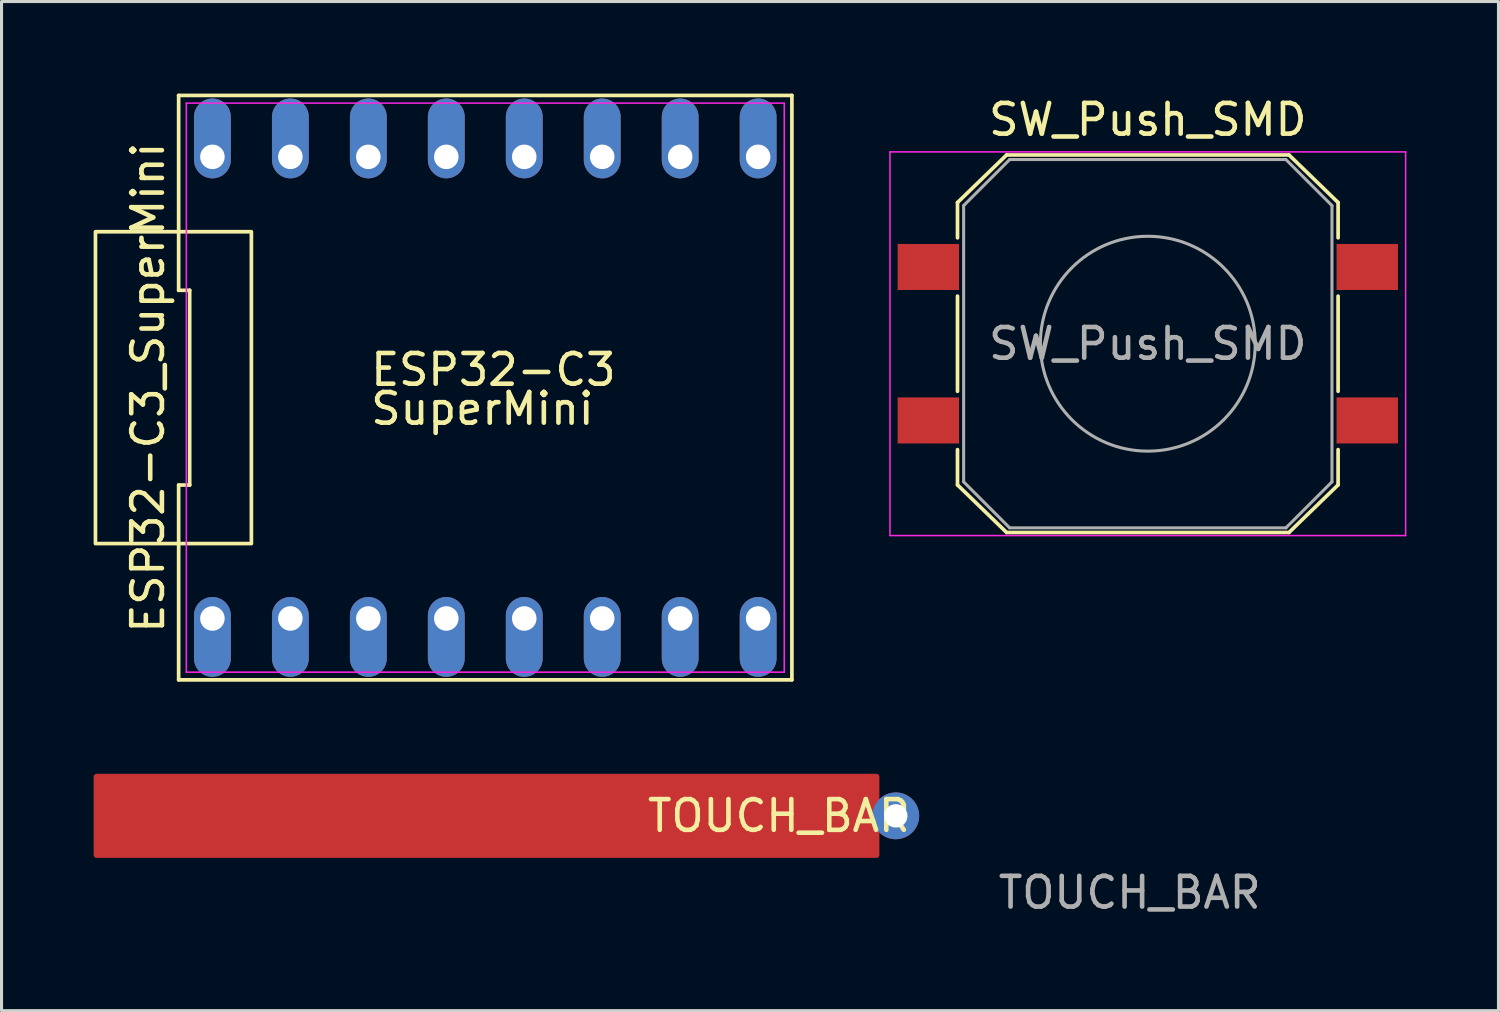
<source format=kicad_pcb>
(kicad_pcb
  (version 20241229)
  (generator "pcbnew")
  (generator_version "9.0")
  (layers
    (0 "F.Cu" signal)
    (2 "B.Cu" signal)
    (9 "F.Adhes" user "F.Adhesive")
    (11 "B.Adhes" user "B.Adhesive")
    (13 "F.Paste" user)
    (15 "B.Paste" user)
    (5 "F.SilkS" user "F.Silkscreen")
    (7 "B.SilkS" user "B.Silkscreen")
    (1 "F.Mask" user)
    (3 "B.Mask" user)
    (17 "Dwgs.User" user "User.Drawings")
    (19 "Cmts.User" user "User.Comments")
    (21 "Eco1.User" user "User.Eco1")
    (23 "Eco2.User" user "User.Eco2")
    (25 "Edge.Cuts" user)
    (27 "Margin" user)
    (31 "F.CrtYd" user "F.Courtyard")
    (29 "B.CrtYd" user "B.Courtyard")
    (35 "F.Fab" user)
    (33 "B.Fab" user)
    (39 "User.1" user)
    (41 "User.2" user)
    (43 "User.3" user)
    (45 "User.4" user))
  (footprint "ESP32-C3_SuperMini"
    (layer "F.Cu")
    (at 12.76 9.58)
    (property "Reference" "ESP32-C3_SuperMini" (at -10.99 0 90) (unlocked yes) (layer "F.SilkS") (effects (font (size 1 1) (thickness 0.15))))
    (attr through_hole)
    (fp_line (start -9.99 -9.52) (end -9.99 -3.173) (stroke (width 0.12) (type default)) (layer "F.SilkS"))
    (fp_line (start -9.99 -3.173) (end -9.63 -3.173) (stroke (width 0.12) (type default)) (layer "F.SilkS"))
    (fp_line (start -9.99 3.173) (end -9.99 9.52) (stroke (width 0.12) (type default)) (layer "F.SilkS"))
    (fp_line (start -9.99 9.52) (end 9.99 9.52) (stroke (width 0.12) (type default)) (layer "F.SilkS"))
    (fp_line (start -9.63 -3.173) (end -9.63 3.173) (stroke (width 0.12) (type default)) (layer "F.SilkS"))
    (fp_line (start -9.63 3.173) (end -9.99 3.173) (stroke (width 0.12) (type default)) (layer "F.SilkS"))
    (fp_line (start 9.99 -9.52) (end -9.99 -9.52) (stroke (width 0.12) (type default)) (layer "F.SilkS"))
    (fp_line (start 9.99 9.52) (end 9.99 -9.52) (stroke (width 0.12) (type default)) (layer "F.SilkS"))
    (fp_rect (start -12.7 -5.08) (end -7.62 5.08) (stroke (width 0.12) (type default)) (fill no) (layer "F.SilkS"))
    (fp_line (start -9.74 -9.27) (end 9.74 -9.27) (stroke (width 0.05) (type default)) (layer "F.CrtYd"))
    (fp_line (start -9.74 9.27) (end -9.74 -9.27) (stroke (width 0.05) (type default)) (layer "F.CrtYd"))
    (fp_line (start 9.74 -9.27) (end 9.74 9.27) (stroke (width 0.05) (type default)) (layer "F.CrtYd"))
    (fp_line (start 9.74 9.27) (end -9.74 9.27) (stroke (width 0.05) (type default)) (layer "F.CrtYd"))
    (fp_text user "ESP32-C3" (at -3.81 0 0) (unlocked yes) (layer "F.SilkS") (effects (font (size 1 1) (thickness 0.15)) (justify left bottom)))
    (fp_text user "SuperMini" (at -3.81 1.27 0) (unlocked yes) (layer "F.SilkS") (effects (font (size 1 1) (thickness 0.15)) (justify left bottom)))
    (pad "1" thru_hole oval (at -8.89 -7.52) (size 1.2 2.6) (drill 0.8 (offset 0 -0.6)) (layers "*.Cu" "*.Mask"))
    (pad "2" thru_hole oval (at -6.35 -7.52) (size 1.2 2.6) (drill 0.8 (offset 0 -0.6)) (layers "*.Cu" "*.Mask"))
    (pad "3" thru_hole oval (at -3.81 -7.52) (size 1.2 2.6) (drill 0.8 (offset 0 -0.6)) (layers "*.Cu" "*.Mask"))
    (pad "4" thru_hole oval (at -1.27 -7.52) (size 1.2 2.6) (drill 0.8 (offset 0 -0.6)) (layers "*.Cu" "*.Mask"))
    (pad "5" thru_hole oval (at 1.27 -7.52) (size 1.2 2.6) (drill 0.8 (offset 0 -0.6)) (layers "*.Cu" "*.Mask"))
    (pad "6" thru_hole oval (at 3.81 -7.52) (size 1.2 2.6) (drill 0.8 (offset 0 -0.6)) (layers "*.Cu" "*.Mask"))
    (pad "7" thru_hole oval (at 6.35 -7.52) (size 1.2 2.6) (drill 0.8 (offset 0 -0.6)) (layers "*.Cu" "*.Mask"))
    (pad "8" thru_hole oval (at 8.89 -7.52) (size 1.2 2.6) (drill 0.8 (offset 0 -0.6)) (layers "*.Cu" "*.Mask"))
    (pad "9" thru_hole oval (at -8.89 7.52) (size 1.2 2.6) (drill 0.8 (offset 0 0.6)) (layers "*.Cu" "*.Mask"))
    (pad "10" thru_hole oval (at -6.35 7.52) (size 1.2 2.6) (drill 0.8 (offset 0 0.6)) (layers "*.Cu" "*.Mask"))
    (pad "11" thru_hole oval (at -3.81 7.52) (size 1.2 2.6) (drill 0.8 (offset 0 0.6)) (layers "*.Cu" "*.Mask"))
    (pad "12" thru_hole oval (at -1.27 7.52) (size 1.2 2.6) (drill 0.8 (offset 0 0.6)) (layers "*.Cu" "*.Mask"))
    (pad "13" thru_hole oval (at 1.27 7.52) (size 1.2 2.6) (drill 0.8 (offset 0 0.6)) (layers "*.Cu" "*.Mask"))
    (pad "14" thru_hole oval (at 3.81 7.52) (size 1.2 2.6) (drill 0.8 (offset 0 0.6)) (layers "*.Cu" "*.Mask"))
    (pad "15" thru_hole oval (at 6.35 7.52) (size 1.2 2.6) (drill 0.8 (offset 0 0.6)) (layers "*.Cu" "*.Mask"))
    (pad "16" thru_hole oval (at 8.89 7.52) (size 1.2 2.6) (drill 0.8 (offset 0 0.6)) (layers "*.Cu" "*.Mask"))
    (zone (net_name "") (layers "F.Cu" "B.Cu") (hatch edge 0.5) (connect_pads) (min_thickness 0.25) (filled_areas_thickness no) (keepout (tracks not_allowed) (vias not_allowed) (pads not_allowed) (copperpour allowed) (footprints allowed)) (placement (enabled no)) (fill) (polygon (pts (xy 22.92 5.77) (xy 19.11 5.77) (xy 19.11 13.39) (xy 22.92 13.39)))))
  (footprint "TOUCH_BAR"
    (layer "F.Cu")
    (at 33.755 23.53)
    (property "Reference" "TOUCH_BAR" (at -11.43 0 0) (unlocked yes) (layer "F.SilkS") (effects (font (size 1 1) (thickness 0.15))))
    (attr through_hole)
    (fp_rect (start -33.655 -1.27) (end -8.255 1.27) (stroke (width 0.2) (type solid)) (fill yes) (layer "F.Cu"))
    (fp_text user "${REFERENCE}" (at 0 2.5 0) (unlocked yes) (layer "F.Fab") (effects (font (size 1 1) (thickness 0.15))))
    (pad "1" thru_hole circle (at -7.62 0) (size 1.524 1.524) (drill 0.762) (layers "*.Cu" "*.Mask"))
    (zone (net_name "") (layer "B.Cu") (name "NO_TOUCH") (hatch edge 0.5) (connect_pads) (min_thickness 0.25) (filled_areas_thickness no) (keepout (tracks not_allowed) (vias not_allowed) (pads not_allowed) (copperpour not_allowed) (footprints allowed)) (placement (enabled no)) (fill) (polygon (pts (xy 0.1 22.26) (xy 25.5 22.26) (xy 25.5 24.8) (xy 0.1 24.8)))))
  (footprint "SW_Push_SMD"
    (layer "F.Cu")
    (at 34.345 8.148)
    (property "Reference" "SW_Push_SMD" (at 0 -7.3 0) (layer "F.SilkS") (effects (font (size 1 1) (thickness 0.15))))
    (attr smd)
    (fp_line (start -6.2 -4.6) (end -4.6 -6.15) (stroke (width 0.12) (type solid)) (layer "F.SilkS"))
    (fp_line (start -6.2 -3.45) (end -6.2 -4.6) (stroke (width 0.12) (type solid)) (layer "F.SilkS"))
    (fp_line (start -6.2 -1.55) (end -6.2 1.55) (stroke (width 0.12) (type solid)) (layer "F.SilkS"))
    (fp_line (start -6.2 3.45) (end -6.2 4.6) (stroke (width 0.12) (type solid)) (layer "F.SilkS"))
    (fp_line (start -6.2 4.6) (end -4.6 6.15) (stroke (width 0.12) (type solid)) (layer "F.SilkS"))
    (fp_line (start -4.6 -6.15) (end 4.6 -6.15) (stroke (width 0.12) (type solid)) (layer "F.SilkS"))
    (fp_line (start -4.6 6.15) (end 4.6 6.15) (stroke (width 0.12) (type solid)) (layer "F.SilkS"))
    (fp_line (start 4.6 -6.15) (end 6.2 -4.6) (stroke (width 0.12) (type solid)) (layer "F.SilkS"))
    (fp_line (start 4.6 6.15) (end 6.2 4.6) (stroke (width 0.12) (type solid)) (layer "F.SilkS"))
    (fp_line (start 6.2 -3.45) (end 6.2 -4.6) (stroke (width 0.12) (type solid)) (layer "F.SilkS"))
    (fp_line (start 6.2 -1.55) (end 6.2 1.55) (stroke (width 0.12) (type solid)) (layer "F.SilkS"))
    (fp_line (start 6.2 3.45) (end 6.2 4.6) (stroke (width 0.12) (type solid)) (layer "F.SilkS"))
    (fp_line (start -8.4 -6.25) (end 8.4 -6.25) (stroke (width 0.05) (type solid)) (layer "F.CrtYd"))
    (fp_line (start -8.4 6.25) (end -8.4 -6.25) (stroke (width 0.05) (type solid)) (layer "F.CrtYd"))
    (fp_line (start 8.4 -6.25) (end 8.4 6.25) (stroke (width 0.05) (type solid)) (layer "F.CrtYd"))
    (fp_line (start 8.4 6.25) (end -8.4 6.25) (stroke (width 0.05) (type solid)) (layer "F.CrtYd"))
    (fp_line (start -6 -4.5) (end -6 4.5) (stroke (width 0.1) (type solid)) (layer "F.Fab"))
    (fp_line (start -6 -4.5) (end -4.5 -6) (stroke (width 0.1) (type solid)) (layer "F.Fab"))
    (fp_line (start -4.5 6) (end -6 4.5) (stroke (width 0.1) (type solid)) (layer "F.Fab"))
    (fp_line (start -4.5 6) (end 4.5 6) (stroke (width 0.1) (type solid)) (layer "F.Fab"))
    (fp_line (start 4.5 -6) (end -4.5 -6) (stroke (width 0.1) (type solid)) (layer "F.Fab"))
    (fp_line (start 4.5 -6) (end 6 -4.5) (stroke (width 0.1) (type solid)) (layer "F.Fab"))
    (fp_line (start 6 4.5) (end 4.5 6) (stroke (width 0.1) (type solid)) (layer "F.Fab"))
    (fp_line (start 6 4.5) (end 6 -4.5) (stroke (width 0.1) (type solid)) (layer "F.Fab"))
    (fp_circle (center 0 0) (end 3.5 0) (stroke (width 0.1) (type solid)) (fill no) (layer "F.Fab"))
    (fp_text user "${REFERENCE}" (at 0 0 0) (layer "F.Fab") (effects (font (size 1 1) (thickness 0.15))))
    (pad "1" smd rect (at -7.15 -2.5) (size 2 1.5) (layers "F.Cu" "F.Mask" "F.Paste"))
    (pad "1" smd rect (at 7.15 -2.5) (size 2 1.5) (layers "F.Cu" "F.Mask" "F.Paste"))
    (pad "2" smd rect (at -7.15 2.5) (size 2 1.5) (layers "F.Cu" "F.Mask" "F.Paste"))
    (pad "2" smd rect (at 7.15 2.5) (size 2 1.5) (layers "F.Cu" "F.Mask" "F.Paste")))
  (gr_rect
    (start -3 -3)
    (end 45.77 29.878)
    (stroke (width 0.1) (type default))
    (fill no)
    (layer "Edge.Cuts")))
</source>
